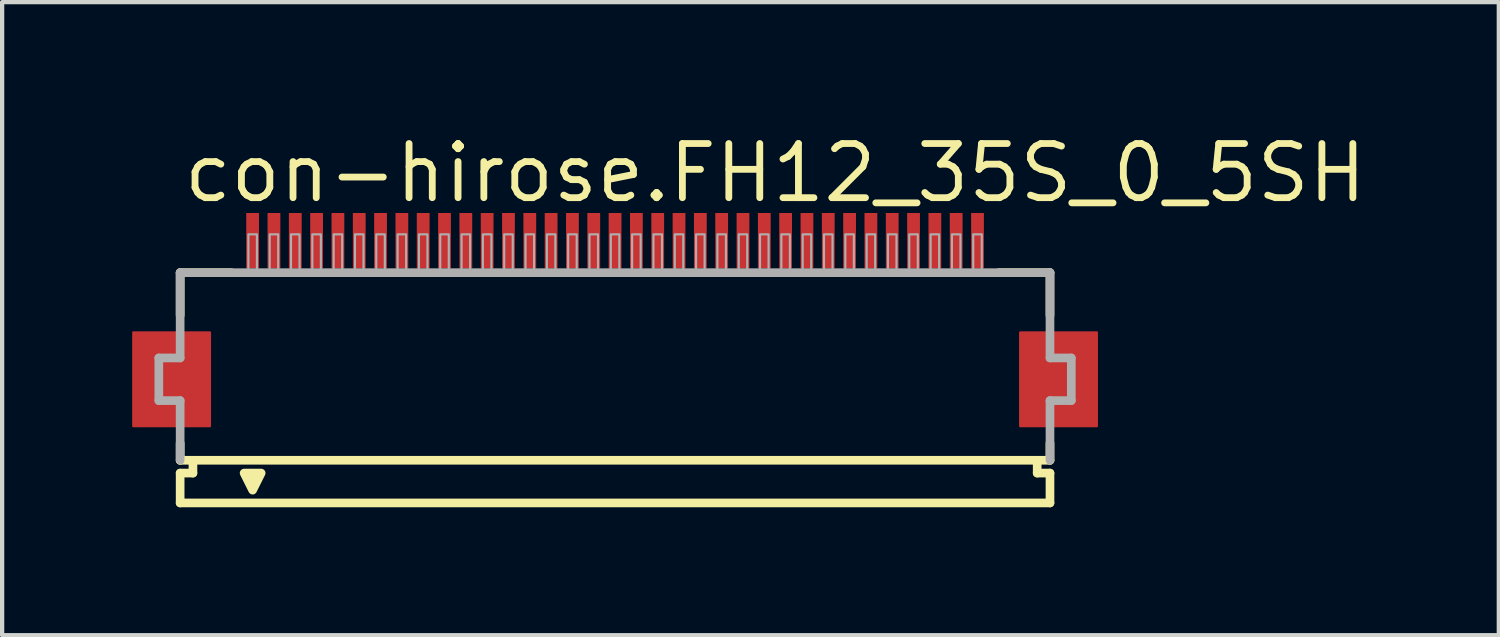
<source format=kicad_pcb>
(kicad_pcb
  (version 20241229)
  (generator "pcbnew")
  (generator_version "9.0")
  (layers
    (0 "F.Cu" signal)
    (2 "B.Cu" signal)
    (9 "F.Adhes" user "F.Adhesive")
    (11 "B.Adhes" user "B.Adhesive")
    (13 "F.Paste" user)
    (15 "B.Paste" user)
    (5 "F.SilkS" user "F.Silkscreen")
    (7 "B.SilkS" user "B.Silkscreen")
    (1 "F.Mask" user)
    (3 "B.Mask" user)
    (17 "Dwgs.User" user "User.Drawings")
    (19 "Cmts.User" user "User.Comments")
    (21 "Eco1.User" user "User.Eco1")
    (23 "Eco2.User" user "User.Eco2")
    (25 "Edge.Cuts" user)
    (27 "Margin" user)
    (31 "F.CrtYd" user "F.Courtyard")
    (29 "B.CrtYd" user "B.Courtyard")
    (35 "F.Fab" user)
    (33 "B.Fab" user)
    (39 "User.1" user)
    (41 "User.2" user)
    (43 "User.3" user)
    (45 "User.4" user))
  (footprint "con-hirose.FH12_35S_0_5SH"
    (layer "F.Cu")
    (at 11.375 5.845)
    (property "Reference" "con-hirose.FH12_35S_0_5SH" (at -10.198 -4.095 0) (layer "F.SilkS") (effects (font (size 1.27 1.27) (thickness 0.16)) (justify left bottom)))
    (attr smd)
    (fp_rect (start -11.3 1.1) (end -9.5 -1.1) (stroke (width 0.05) (type default)) (fill yes) (layer "F.Cu"))
    (fp_rect (start 9.5 1.1) (end 11.3 -1.1) (stroke (width 0.05) (type default)) (fill yes) (layer "F.Cu"))
    (fp_rect (start -11.35 1.175) (end -9.45 -1.175) (stroke (width 0.05) (type default)) (fill yes) (layer "F.Mask"))
    (fp_rect (start -8.7 -2.55) (end -8.3 -3.95) (stroke (width 0.05) (type default)) (fill yes) (layer "F.Mask"))
    (fp_rect (start -8.2 -2.55) (end -7.8 -3.95) (stroke (width 0.05) (type default)) (fill yes) (layer "F.Mask"))
    (fp_rect (start -7.7 -2.55) (end -7.3 -3.95) (stroke (width 0.05) (type default)) (fill yes) (layer "F.Mask"))
    (fp_rect (start -7.2 -2.55) (end -6.8 -3.95) (stroke (width 0.05) (type default)) (fill yes) (layer "F.Mask"))
    (fp_rect (start -6.7 -2.55) (end -6.3 -3.95) (stroke (width 0.05) (type default)) (fill yes) (layer "F.Mask"))
    (fp_rect (start -6.2 -2.55) (end -5.8 -3.95) (stroke (width 0.05) (type default)) (fill yes) (layer "F.Mask"))
    (fp_rect (start -5.7 -2.55) (end -5.3 -3.95) (stroke (width 0.05) (type default)) (fill yes) (layer "F.Mask"))
    (fp_rect (start -5.2 -2.55) (end -4.8 -3.95) (stroke (width 0.05) (type default)) (fill yes) (layer "F.Mask"))
    (fp_rect (start -4.7 -2.55) (end -4.3 -3.95) (stroke (width 0.05) (type default)) (fill yes) (layer "F.Mask"))
    (fp_rect (start -4.2 -2.55) (end -3.8 -3.95) (stroke (width 0.05) (type default)) (fill yes) (layer "F.Mask"))
    (fp_rect (start -3.7 -2.55) (end -3.3 -3.95) (stroke (width 0.05) (type default)) (fill yes) (layer "F.Mask"))
    (fp_rect (start -3.2 -2.55) (end -2.8 -3.95) (stroke (width 0.05) (type default)) (fill yes) (layer "F.Mask"))
    (fp_rect (start -2.7 -2.55) (end -2.3 -3.95) (stroke (width 0.05) (type default)) (fill yes) (layer "F.Mask"))
    (fp_rect (start -2.2 -2.55) (end -1.8 -3.95) (stroke (width 0.05) (type default)) (fill yes) (layer "F.Mask"))
    (fp_rect (start -1.7 -2.55) (end -1.3 -3.95) (stroke (width 0.05) (type default)) (fill yes) (layer "F.Mask"))
    (fp_rect (start -1.2 -2.55) (end -0.8 -3.95) (stroke (width 0.05) (type default)) (fill yes) (layer "F.Mask"))
    (fp_rect (start -0.7 -2.55) (end -0.3 -3.95) (stroke (width 0.05) (type default)) (fill yes) (layer "F.Mask"))
    (fp_rect (start -0.2 -2.55) (end 0.2 -3.95) (stroke (width 0.05) (type default)) (fill yes) (layer "F.Mask"))
    (fp_rect (start 0.3 -2.55) (end 0.7 -3.95) (stroke (width 0.05) (type default)) (fill yes) (layer "F.Mask"))
    (fp_rect (start 0.8 -2.55) (end 1.2 -3.95) (stroke (width 0.05) (type default)) (fill yes) (layer "F.Mask"))
    (fp_rect (start 1.3 -2.55) (end 1.7 -3.95) (stroke (width 0.05) (type default)) (fill yes) (layer "F.Mask"))
    (fp_rect (start 1.8 -2.55) (end 2.2 -3.95) (stroke (width 0.05) (type default)) (fill yes) (layer "F.Mask"))
    (fp_rect (start 2.3 -2.55) (end 2.7 -3.95) (stroke (width 0.05) (type default)) (fill yes) (layer "F.Mask"))
    (fp_rect (start 2.8 -2.55) (end 3.2 -3.95) (stroke (width 0.05) (type default)) (fill yes) (layer "F.Mask"))
    (fp_rect (start 3.3 -2.55) (end 3.7 -3.95) (stroke (width 0.05) (type default)) (fill yes) (layer "F.Mask"))
    (fp_rect (start 3.8 -2.55) (end 4.2 -3.95) (stroke (width 0.05) (type default)) (fill yes) (layer "F.Mask"))
    (fp_rect (start 4.3 -2.55) (end 4.7 -3.95) (stroke (width 0.05) (type default)) (fill yes) (layer "F.Mask"))
    (fp_rect (start 4.8 -2.55) (end 5.2 -3.95) (stroke (width 0.05) (type default)) (fill yes) (layer "F.Mask"))
    (fp_rect (start 5.3 -2.55) (end 5.7 -3.95) (stroke (width 0.05) (type default)) (fill yes) (layer "F.Mask"))
    (fp_rect (start 5.8 -2.55) (end 6.2 -3.95) (stroke (width 0.05) (type default)) (fill yes) (layer "F.Mask"))
    (fp_rect (start 6.3 -2.55) (end 6.7 -3.95) (stroke (width 0.05) (type default)) (fill yes) (layer "F.Mask"))
    (fp_rect (start 6.8 -2.55) (end 7.2 -3.95) (stroke (width 0.05) (type default)) (fill yes) (layer "F.Mask"))
    (fp_rect (start 7.3 -2.55) (end 7.7 -3.95) (stroke (width 0.05) (type default)) (fill yes) (layer "F.Mask"))
    (fp_rect (start 7.8 -2.55) (end 8.2 -3.95) (stroke (width 0.05) (type default)) (fill yes) (layer "F.Mask"))
    (fp_rect (start 8.3 -2.55) (end 8.7 -3.95) (stroke (width 0.05) (type default)) (fill yes) (layer "F.Mask"))
    (fp_rect (start 9.45 1.175) (end 11.35 -1.175) (stroke (width 0.05) (type default)) (fill yes) (layer "F.Mask"))
    (fp_line (start -10.2 -2.5) (end -10.2 -1.5) (stroke (width 0.203) (type default)) (layer "F.SilkS"))
    (fp_line (start -10.2 1.5) (end -10.2 1.9) (stroke (width 0.203) (type default)) (layer "F.SilkS"))
    (fp_line (start -10.2 1.9) (end -9.9 1.9) (stroke (width 0.203) (type default)) (layer "F.SilkS"))
    (fp_line (start -10.2 2.2) (end -10.2 2.9) (stroke (width 0.203) (type default)) (layer "F.SilkS"))
    (fp_line (start -9.9 1.9) (end -9.9 2.2) (stroke (width 0.203) (type default)) (layer "F.SilkS"))
    (fp_line (start -9.9 2.2) (end -10.2 2.2) (stroke (width 0.203) (type default)) (layer "F.SilkS"))
    (fp_line (start -9 -2.5) (end -10.2 -2.5) (stroke (width 0.203) (type default)) (layer "F.SilkS"))
    (fp_line (start 9.9 1.9) (end -9.9 1.9) (stroke (width 0.203) (type default)) (layer "F.SilkS"))
    (fp_line (start 9.9 1.9) (end 10.2 1.9) (stroke (width 0.203) (type default)) (layer "F.SilkS"))
    (fp_line (start 9.9 2.2) (end 9.9 1.9) (stroke (width 0.203) (type default)) (layer "F.SilkS"))
    (fp_line (start 10.2 -2.5) (end 9 -2.5) (stroke (width 0.203) (type default)) (layer "F.SilkS"))
    (fp_line (start 10.2 -1.5) (end 10.2 -2.5) (stroke (width 0.203) (type default)) (layer "F.SilkS"))
    (fp_line (start 10.2 1.9) (end 10.2 1.5) (stroke (width 0.203) (type default)) (layer "F.SilkS"))
    (fp_line (start 10.2 2.2) (end 9.9 2.2) (stroke (width 0.203) (type default)) (layer "F.SilkS"))
    (fp_line (start 10.2 2.9) (end -10.2 2.9) (stroke (width 0.203) (type default)) (layer "F.SilkS"))
    (fp_line (start 10.2 2.9) (end 10.2 2.2) (stroke (width 0.203) (type default)) (layer "F.SilkS"))
    (fp_poly (pts (xy -8.7 2.2) (xy -8.5 2.6) (xy -8.3 2.2)) (stroke (width 0.203) (type default)) (fill yes) (layer "F.SilkS"))
    (fp_rect (start -11.225 1.025) (end -9.575 -1.025) (stroke (width 0.05) (type default)) (fill yes) (layer "F.Paste"))
    (fp_rect (start -8.625 -2.625) (end -8.375 -3.875) (stroke (width 0.05) (type default)) (fill yes) (layer "F.Paste"))
    (fp_rect (start -8.125 -2.625) (end -7.875 -3.875) (stroke (width 0.05) (type default)) (fill yes) (layer "F.Paste"))
    (fp_rect (start -7.625 -2.625) (end -7.375 -3.875) (stroke (width 0.05) (type default)) (fill yes) (layer "F.Paste"))
    (fp_rect (start -7.125 -2.625) (end -6.875 -3.875) (stroke (width 0.05) (type default)) (fill yes) (layer "F.Paste"))
    (fp_rect (start -6.625 -2.625) (end -6.375 -3.875) (stroke (width 0.05) (type default)) (fill yes) (layer "F.Paste"))
    (fp_rect (start -6.125 -2.625) (end -5.875 -3.875) (stroke (width 0.05) (type default)) (fill yes) (layer "F.Paste"))
    (fp_rect (start -5.625 -2.625) (end -5.375 -3.875) (stroke (width 0.05) (type default)) (fill yes) (layer "F.Paste"))
    (fp_rect (start -5.125 -2.625) (end -4.875 -3.875) (stroke (width 0.05) (type default)) (fill yes) (layer "F.Paste"))
    (fp_rect (start -4.625 -2.625) (end -4.375 -3.875) (stroke (width 0.05) (type default)) (fill yes) (layer "F.Paste"))
    (fp_rect (start -4.125 -2.625) (end -3.875 -3.875) (stroke (width 0.05) (type default)) (fill yes) (layer "F.Paste"))
    (fp_rect (start -3.625 -2.625) (end -3.375 -3.875) (stroke (width 0.05) (type default)) (fill yes) (layer "F.Paste"))
    (fp_rect (start -3.125 -2.625) (end -2.875 -3.875) (stroke (width 0.05) (type default)) (fill yes) (layer "F.Paste"))
    (fp_rect (start -2.625 -2.625) (end -2.375 -3.875) (stroke (width 0.05) (type default)) (fill yes) (layer "F.Paste"))
    (fp_rect (start -2.125 -2.625) (end -1.875 -3.875) (stroke (width 0.05) (type default)) (fill yes) (layer "F.Paste"))
    (fp_rect (start -1.625 -2.625) (end -1.375 -3.875) (stroke (width 0.05) (type default)) (fill yes) (layer "F.Paste"))
    (fp_rect (start -1.125 -2.625) (end -0.875 -3.875) (stroke (width 0.05) (type default)) (fill yes) (layer "F.Paste"))
    (fp_rect (start -0.625 -2.625) (end -0.375 -3.875) (stroke (width 0.05) (type default)) (fill yes) (layer "F.Paste"))
    (fp_rect (start -0.125 -2.625) (end 0.125 -3.875) (stroke (width 0.05) (type default)) (fill yes) (layer "F.Paste"))
    (fp_rect (start 0.375 -2.625) (end 0.625 -3.875) (stroke (width 0.05) (type default)) (fill yes) (layer "F.Paste"))
    (fp_rect (start 0.875 -2.625) (end 1.125 -3.875) (stroke (width 0.05) (type default)) (fill yes) (layer "F.Paste"))
    (fp_rect (start 1.375 -2.625) (end 1.625 -3.875) (stroke (width 0.05) (type default)) (fill yes) (layer "F.Paste"))
    (fp_rect (start 1.875 -2.625) (end 2.125 -3.875) (stroke (width 0.05) (type default)) (fill yes) (layer "F.Paste"))
    (fp_rect (start 2.375 -2.625) (end 2.625 -3.875) (stroke (width 0.05) (type default)) (fill yes) (layer "F.Paste"))
    (fp_rect (start 2.875 -2.625) (end 3.125 -3.875) (stroke (width 0.05) (type default)) (fill yes) (layer "F.Paste"))
    (fp_rect (start 3.375 -2.625) (end 3.625 -3.875) (stroke (width 0.05) (type default)) (fill yes) (layer "F.Paste"))
    (fp_rect (start 3.875 -2.625) (end 4.125 -3.875) (stroke (width 0.05) (type default)) (fill yes) (layer "F.Paste"))
    (fp_rect (start 4.375 -2.625) (end 4.625 -3.875) (stroke (width 0.05) (type default)) (fill yes) (layer "F.Paste"))
    (fp_rect (start 4.875 -2.625) (end 5.125 -3.875) (stroke (width 0.05) (type default)) (fill yes) (layer "F.Paste"))
    (fp_rect (start 5.375 -2.625) (end 5.625 -3.875) (stroke (width 0.05) (type default)) (fill yes) (layer "F.Paste"))
    (fp_rect (start 5.875 -2.625) (end 6.125 -3.875) (stroke (width 0.05) (type default)) (fill yes) (layer "F.Paste"))
    (fp_rect (start 6.375 -2.625) (end 6.625 -3.875) (stroke (width 0.05) (type default)) (fill yes) (layer "F.Paste"))
    (fp_rect (start 6.875 -2.625) (end 7.125 -3.875) (stroke (width 0.05) (type default)) (fill yes) (layer "F.Paste"))
    (fp_rect (start 7.375 -2.625) (end 7.625 -3.875) (stroke (width 0.05) (type default)) (fill yes) (layer "F.Paste"))
    (fp_rect (start 7.875 -2.625) (end 8.125 -3.875) (stroke (width 0.05) (type default)) (fill yes) (layer "F.Paste"))
    (fp_rect (start 8.375 -2.625) (end 8.625 -3.875) (stroke (width 0.05) (type default)) (fill yes) (layer "F.Paste"))
    (fp_rect (start 9.575 1.025) (end 11.225 -1.025) (stroke (width 0.05) (type default)) (fill yes) (layer "F.Paste"))
    (fp_line (start -10.7 -0.5) (end -10.7 0.5) (stroke (width 0.203) (type default)) (layer "F.Fab"))
    (fp_line (start -10.7 0.5) (end -10.2 0.5) (stroke (width 0.203) (type default)) (layer "F.Fab"))
    (fp_line (start -10.2 -2.5) (end -10.2 -0.5) (stroke (width 0.203) (type default)) (layer "F.Fab"))
    (fp_line (start -10.2 -0.5) (end -10.7 -0.5) (stroke (width 0.203) (type default)) (layer "F.Fab"))
    (fp_line (start -10.2 0.5) (end -10.2 1.9) (stroke (width 0.203) (type default)) (layer "F.Fab"))
    (fp_line (start 10.2 -2.5) (end -10.2 -2.5) (stroke (width 0.203) (type default)) (layer "F.Fab"))
    (fp_line (start 10.2 -0.5) (end 10.2 -2.5) (stroke (width 0.203) (type default)) (layer "F.Fab"))
    (fp_line (start 10.2 0.5) (end 10.7 0.5) (stroke (width 0.203) (type default)) (layer "F.Fab"))
    (fp_line (start 10.2 1.9) (end 10.2 0.5) (stroke (width 0.203) (type default)) (layer "F.Fab"))
    (fp_line (start 10.7 -0.5) (end 10.2 -0.5) (stroke (width 0.203) (type default)) (layer "F.Fab"))
    (fp_line (start 10.7 0.5) (end 10.7 -0.5) (stroke (width 0.203) (type default)) (layer "F.Fab"))
    (fp_rect (start -8.6 -2.55) (end -8.4 -3.4) (stroke (width 0.05) (type default)) (fill no) (layer "F.Fab"))
    (fp_rect (start -8.1 -2.55) (end -7.9 -3.4) (stroke (width 0.05) (type default)) (fill no) (layer "F.Fab"))
    (fp_rect (start -7.6 -2.55) (end -7.4 -3.4) (stroke (width 0.05) (type default)) (fill no) (layer "F.Fab"))
    (fp_rect (start -7.1 -2.55) (end -6.9 -3.4) (stroke (width 0.05) (type default)) (fill no) (layer "F.Fab"))
    (fp_rect (start -6.6 -2.55) (end -6.4 -3.4) (stroke (width 0.05) (type default)) (fill no) (layer "F.Fab"))
    (fp_rect (start -6.1 -2.55) (end -5.9 -3.4) (stroke (width 0.05) (type default)) (fill no) (layer "F.Fab"))
    (fp_rect (start -5.6 -2.55) (end -5.4 -3.4) (stroke (width 0.05) (type default)) (fill no) (layer "F.Fab"))
    (fp_rect (start -5.1 -2.55) (end -4.9 -3.4) (stroke (width 0.05) (type default)) (fill no) (layer "F.Fab"))
    (fp_rect (start -4.6 -2.55) (end -4.4 -3.4) (stroke (width 0.05) (type default)) (fill no) (layer "F.Fab"))
    (fp_rect (start -4.1 -2.55) (end -3.9 -3.4) (stroke (width 0.05) (type default)) (fill no) (layer "F.Fab"))
    (fp_rect (start -3.6 -2.55) (end -3.4 -3.4) (stroke (width 0.05) (type default)) (fill no) (layer "F.Fab"))
    (fp_rect (start -3.1 -2.55) (end -2.9 -3.4) (stroke (width 0.05) (type default)) (fill no) (layer "F.Fab"))
    (fp_rect (start -2.6 -2.55) (end -2.4 -3.4) (stroke (width 0.05) (type default)) (fill no) (layer "F.Fab"))
    (fp_rect (start -2.1 -2.55) (end -1.9 -3.4) (stroke (width 0.05) (type default)) (fill no) (layer "F.Fab"))
    (fp_rect (start -1.6 -2.55) (end -1.4 -3.4) (stroke (width 0.05) (type default)) (fill no) (layer "F.Fab"))
    (fp_rect (start -1.1 -2.55) (end -0.9 -3.4) (stroke (width 0.05) (type default)) (fill no) (layer "F.Fab"))
    (fp_rect (start -0.6 -2.55) (end -0.4 -3.4) (stroke (width 0.05) (type default)) (fill no) (layer "F.Fab"))
    (fp_rect (start -0.1 -2.55) (end 0.1 -3.4) (stroke (width 0.05) (type default)) (fill no) (layer "F.Fab"))
    (fp_rect (start 0.4 -2.55) (end 0.6 -3.4) (stroke (width 0.05) (type default)) (fill no) (layer "F.Fab"))
    (fp_rect (start 0.9 -2.55) (end 1.1 -3.4) (stroke (width 0.05) (type default)) (fill no) (layer "F.Fab"))
    (fp_rect (start 1.4 -2.55) (end 1.6 -3.4) (stroke (width 0.05) (type default)) (fill no) (layer "F.Fab"))
    (fp_rect (start 1.9 -2.55) (end 2.1 -3.4) (stroke (width 0.05) (type default)) (fill no) (layer "F.Fab"))
    (fp_rect (start 2.4 -2.55) (end 2.6 -3.4) (stroke (width 0.05) (type default)) (fill no) (layer "F.Fab"))
    (fp_rect (start 2.9 -2.55) (end 3.1 -3.4) (stroke (width 0.05) (type default)) (fill no) (layer "F.Fab"))
    (fp_rect (start 3.4 -2.55) (end 3.6 -3.4) (stroke (width 0.05) (type default)) (fill no) (layer "F.Fab"))
    (fp_rect (start 3.9 -2.55) (end 4.1 -3.4) (stroke (width 0.05) (type default)) (fill no) (layer "F.Fab"))
    (fp_rect (start 4.4 -2.55) (end 4.6 -3.4) (stroke (width 0.05) (type default)) (fill no) (layer "F.Fab"))
    (fp_rect (start 4.9 -2.55) (end 5.1 -3.4) (stroke (width 0.05) (type default)) (fill no) (layer "F.Fab"))
    (fp_rect (start 5.4 -2.55) (end 5.6 -3.4) (stroke (width 0.05) (type default)) (fill no) (layer "F.Fab"))
    (fp_rect (start 5.9 -2.55) (end 6.1 -3.4) (stroke (width 0.05) (type default)) (fill no) (layer "F.Fab"))
    (fp_rect (start 6.4 -2.55) (end 6.6 -3.4) (stroke (width 0.05) (type default)) (fill no) (layer "F.Fab"))
    (fp_rect (start 6.9 -2.55) (end 7.1 -3.4) (stroke (width 0.05) (type default)) (fill no) (layer "F.Fab"))
    (fp_rect (start 7.4 -2.55) (end 7.6 -3.4) (stroke (width 0.05) (type default)) (fill no) (layer "F.Fab"))
    (fp_rect (start 7.9 -2.55) (end 8.1 -3.4) (stroke (width 0.05) (type default)) (fill no) (layer "F.Fab"))
    (fp_rect (start 8.4 -2.55) (end 8.6 -3.4) (stroke (width 0.05) (type default)) (fill no) (layer "F.Fab"))
    (pad "1" smd roundrect (at -8.5 -3.25) (size 0.3 1.3) (layers "F.Cu" "F.Mask" "F.Paste") (roundrect_rratio 0.01))
    (pad "2" smd roundrect (at -8 -3.25) (size 0.3 1.3) (layers "F.Cu" "F.Mask" "F.Paste") (roundrect_rratio 0.01))
    (pad "3" smd roundrect (at -7.5 -3.25) (size 0.3 1.3) (layers "F.Cu" "F.Mask" "F.Paste") (roundrect_rratio 0.01))
    (pad "4" smd roundrect (at -7 -3.25) (size 0.3 1.3) (layers "F.Cu" "F.Mask" "F.Paste") (roundrect_rratio 0.01))
    (pad "5" smd roundrect (at -6.5 -3.25) (size 0.3 1.3) (layers "F.Cu" "F.Mask" "F.Paste") (roundrect_rratio 0.01))
    (pad "6" smd roundrect (at -6 -3.25) (size 0.3 1.3) (layers "F.Cu" "F.Mask" "F.Paste") (roundrect_rratio 0.01))
    (pad "7" smd roundrect (at -5.5 -3.25) (size 0.3 1.3) (layers "F.Cu" "F.Mask" "F.Paste") (roundrect_rratio 0.01))
    (pad "8" smd roundrect (at -5 -3.25) (size 0.3 1.3) (layers "F.Cu" "F.Mask" "F.Paste") (roundrect_rratio 0.01))
    (pad "9" smd roundrect (at -4.5 -3.25) (size 0.3 1.3) (layers "F.Cu" "F.Mask" "F.Paste") (roundrect_rratio 0.01))
    (pad "10" smd roundrect (at -4 -3.25) (size 0.3 1.3) (layers "F.Cu" "F.Mask" "F.Paste") (roundrect_rratio 0.01))
    (pad "11" smd roundrect (at -3.5 -3.25) (size 0.3 1.3) (layers "F.Cu" "F.Mask" "F.Paste") (roundrect_rratio 0.01))
    (pad "12" smd roundrect (at -3 -3.25) (size 0.3 1.3) (layers "F.Cu" "F.Mask" "F.Paste") (roundrect_rratio 0.01))
    (pad "13" smd roundrect (at -2.5 -3.25) (size 0.3 1.3) (layers "F.Cu" "F.Mask" "F.Paste") (roundrect_rratio 0.01))
    (pad "14" smd roundrect (at -2 -3.25) (size 0.3 1.3) (layers "F.Cu" "F.Mask" "F.Paste") (roundrect_rratio 0.01))
    (pad "15" smd roundrect (at -1.5 -3.25) (size 0.3 1.3) (layers "F.Cu" "F.Mask" "F.Paste") (roundrect_rratio 0.01))
    (pad "16" smd roundrect (at -1 -3.25) (size 0.3 1.3) (layers "F.Cu" "F.Mask" "F.Paste") (roundrect_rratio 0.01))
    (pad "17" smd roundrect (at -0.5 -3.25) (size 0.3 1.3) (layers "F.Cu" "F.Mask" "F.Paste") (roundrect_rratio 0.01))
    (pad "18" smd roundrect (at 0 -3.25) (size 0.3 1.3) (layers "F.Cu" "F.Mask" "F.Paste") (roundrect_rratio 0.01))
    (pad "19" smd roundrect (at 0.5 -3.25) (size 0.3 1.3) (layers "F.Cu" "F.Mask" "F.Paste") (roundrect_rratio 0.01))
    (pad "20" smd roundrect (at 1 -3.25) (size 0.3 1.3) (layers "F.Cu" "F.Mask" "F.Paste") (roundrect_rratio 0.01))
    (pad "21" smd roundrect (at 1.5 -3.25) (size 0.3 1.3) (layers "F.Cu" "F.Mask" "F.Paste") (roundrect_rratio 0.01))
    (pad "22" smd roundrect (at 2 -3.25) (size 0.3 1.3) (layers "F.Cu" "F.Mask" "F.Paste") (roundrect_rratio 0.01))
    (pad "23" smd roundrect (at 2.5 -3.25) (size 0.3 1.3) (layers "F.Cu" "F.Mask" "F.Paste") (roundrect_rratio 0.01))
    (pad "24" smd roundrect (at 3 -3.25) (size 0.3 1.3) (layers "F.Cu" "F.Mask" "F.Paste") (roundrect_rratio 0.01))
    (pad "25" smd roundrect (at 3.5 -3.25) (size 0.3 1.3) (layers "F.Cu" "F.Mask" "F.Paste") (roundrect_rratio 0.01))
    (pad "26" smd roundrect (at 4 -3.25) (size 0.3 1.3) (layers "F.Cu" "F.Mask" "F.Paste") (roundrect_rratio 0.01))
    (pad "27" smd roundrect (at 4.5 -3.25) (size 0.3 1.3) (layers "F.Cu" "F.Mask" "F.Paste") (roundrect_rratio 0.01))
    (pad "28" smd roundrect (at 5 -3.25) (size 0.3 1.3) (layers "F.Cu" "F.Mask" "F.Paste") (roundrect_rratio 0.01))
    (pad "29" smd roundrect (at 5.5 -3.25) (size 0.3 1.3) (layers "F.Cu" "F.Mask" "F.Paste") (roundrect_rratio 0.01))
    (pad "30" smd roundrect (at 6 -3.25) (size 0.3 1.3) (layers "F.Cu" "F.Mask" "F.Paste") (roundrect_rratio 0.01))
    (pad "31" smd roundrect (at 6.5 -3.25) (size 0.3 1.3) (layers "F.Cu" "F.Mask" "F.Paste") (roundrect_rratio 0.01))
    (pad "32" smd roundrect (at 7 -3.25) (size 0.3 1.3) (layers "F.Cu" "F.Mask" "F.Paste") (roundrect_rratio 0.01))
    (pad "33" smd roundrect (at 7.5 -3.25) (size 0.3 1.3) (layers "F.Cu" "F.Mask" "F.Paste") (roundrect_rratio 0.01))
    (pad "34" smd roundrect (at 8 -3.25) (size 0.3 1.3) (layers "F.Cu" "F.Mask" "F.Paste") (roundrect_rratio 0.01))
    (pad "35" smd roundrect (at 8.5 -3.25) (size 0.3 1.3) (layers "F.Cu" "F.Mask" "F.Paste") (roundrect_rratio 0.01)))
  (gr_rect
    (start -3 -3)
    (end 32.101 11.847)
    (stroke (width 0.1) (type default))
    (fill no)
    (layer "Edge.Cuts")))
</source>
